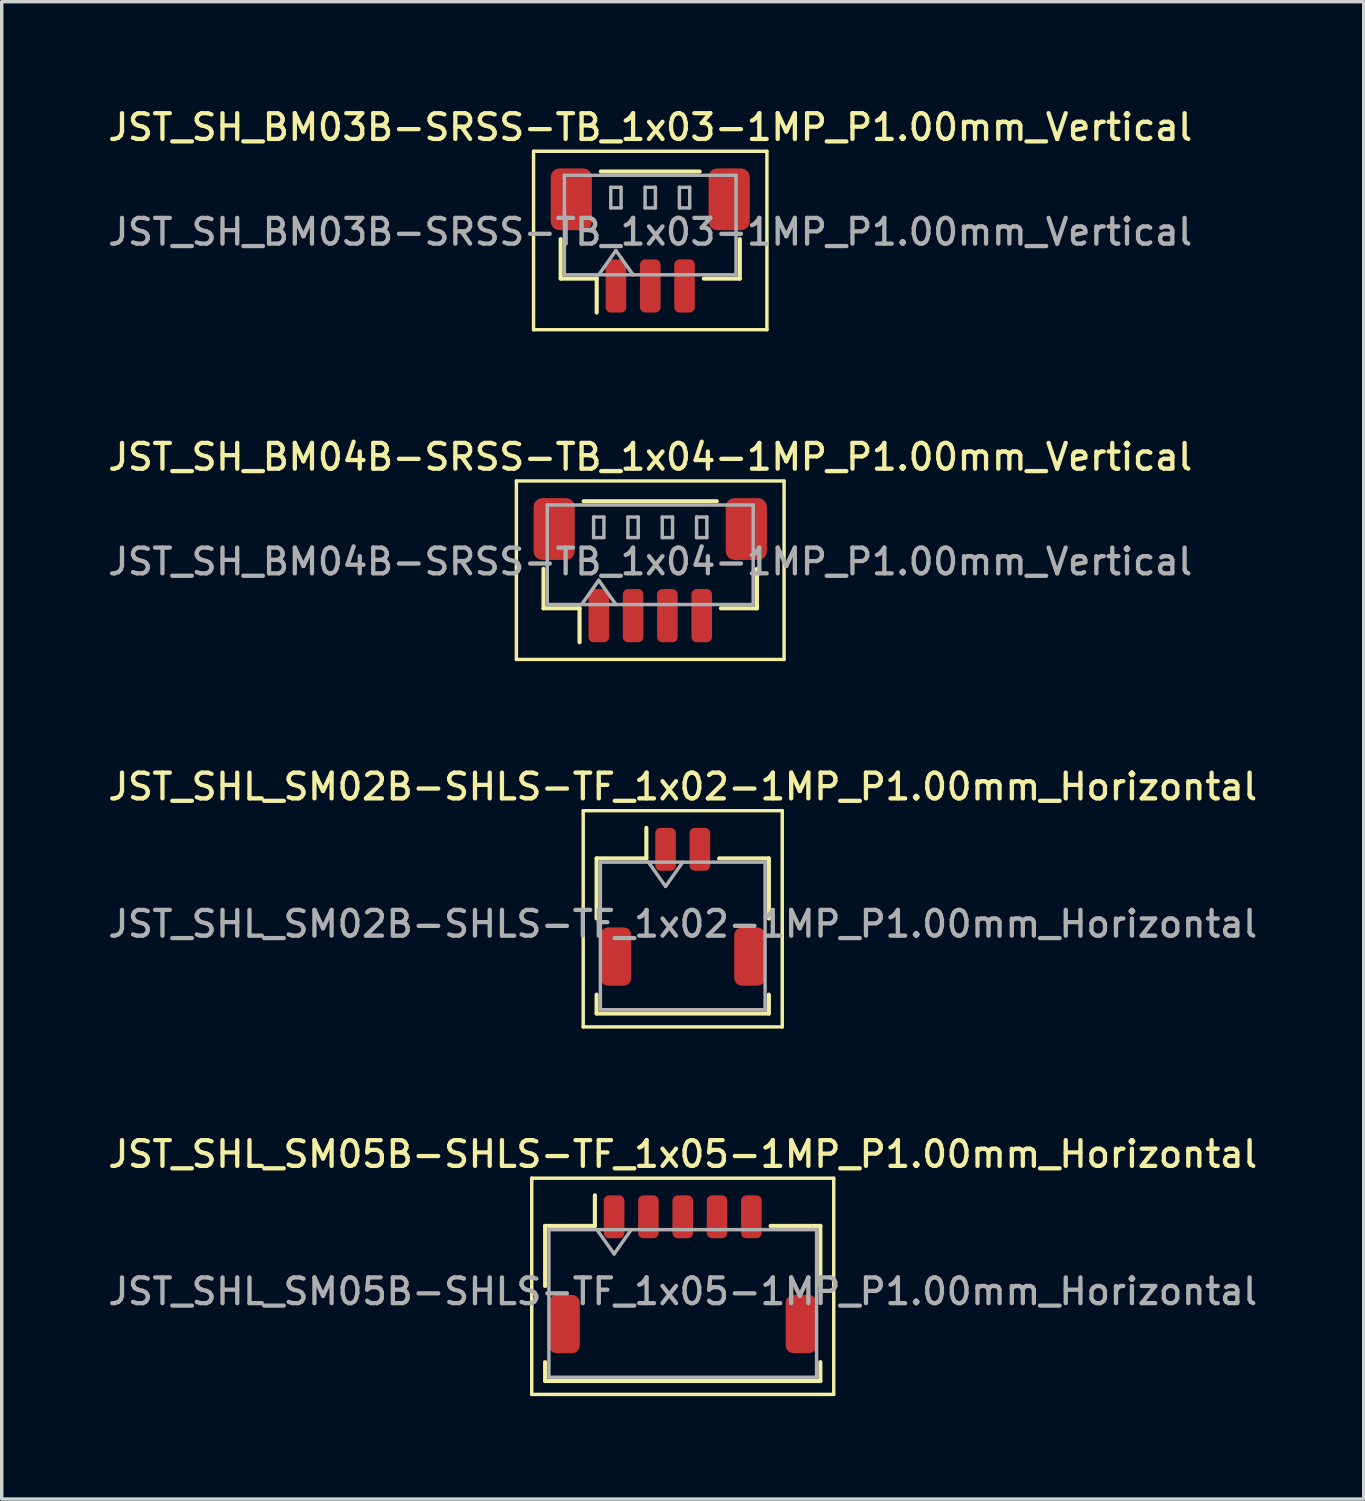
<source format=kicad_pcb>
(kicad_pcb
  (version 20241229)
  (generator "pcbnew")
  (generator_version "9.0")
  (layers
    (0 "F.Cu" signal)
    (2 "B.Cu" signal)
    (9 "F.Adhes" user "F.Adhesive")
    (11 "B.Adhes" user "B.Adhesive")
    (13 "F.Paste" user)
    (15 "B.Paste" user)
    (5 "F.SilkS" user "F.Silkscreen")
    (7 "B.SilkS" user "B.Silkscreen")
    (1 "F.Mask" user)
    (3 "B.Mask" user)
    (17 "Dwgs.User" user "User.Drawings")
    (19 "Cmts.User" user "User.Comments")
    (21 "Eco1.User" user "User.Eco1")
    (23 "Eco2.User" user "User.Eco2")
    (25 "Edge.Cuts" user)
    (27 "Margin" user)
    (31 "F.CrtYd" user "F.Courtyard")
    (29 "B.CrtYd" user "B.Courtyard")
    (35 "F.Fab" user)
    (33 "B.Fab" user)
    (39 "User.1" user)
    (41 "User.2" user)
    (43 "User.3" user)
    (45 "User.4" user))
  (footprint "JST_SH_BM03B-SRSS-TB_1x03-1MP_P1.00mm_Vertical"
    (layer "F.Cu")
    (at 15.898 3.958)
    (property "Reference" "JST_SH_BM03B-SRSS-TB_1x03-1MP_P1.00mm_Vertical" (at 0 -3.3 0) (layer "F.SilkS") (effects (font (size 0.75 0.75) (thickness 0.125))))
    (attr smd)
    (fp_line (start -3.4 -2.6) (end -3.4 2.6) (stroke (width 0.1) (type solid)) (layer "F.SilkS"))
    (fp_line (start -3.4 2.6) (end 3.4 2.6) (stroke (width 0.1) (type solid)) (layer "F.SilkS"))
    (fp_line (start -2.61 -0.04) (end -2.61 1.11) (stroke (width 0.12) (type solid)) (layer "F.SilkS"))
    (fp_line (start -2.61 1.11) (end -1.56 1.11) (stroke (width 0.12) (type solid)) (layer "F.SilkS"))
    (fp_line (start -1.56 1.11) (end -1.56 2.1) (stroke (width 0.12) (type solid)) (layer "F.SilkS"))
    (fp_line (start -1.44 -2.01) (end 1.44 -2.01) (stroke (width 0.12) (type solid)) (layer "F.SilkS"))
    (fp_line (start 2.61 -0.04) (end 2.61 1.11) (stroke (width 0.12) (type solid)) (layer "F.SilkS"))
    (fp_line (start 2.61 1.11) (end 1.56 1.11) (stroke (width 0.12) (type solid)) (layer "F.SilkS"))
    (fp_line (start 3.4 -2.6) (end -3.4 -2.6) (stroke (width 0.1) (type solid)) (layer "F.SilkS"))
    (fp_line (start 3.4 2.6) (end 3.4 -2.6) (stroke (width 0.1) (type solid)) (layer "F.SilkS"))
    (fp_line (start -2.5 -1.9) (end 2.5 -1.9) (stroke (width 0.1) (type solid)) (layer "F.Fab"))
    (fp_line (start -2.5 1) (end -2.5 -1.9) (stroke (width 0.1) (type solid)) (layer "F.Fab"))
    (fp_line (start -2.5 1) (end 2.5 1) (stroke (width 0.1) (type solid)) (layer "F.Fab"))
    (fp_line (start -1.5 1) (end -1 0.293) (stroke (width 0.1) (type solid)) (layer "F.Fab"))
    (fp_line (start -1.15 -1.55) (end -1.15 -0.95) (stroke (width 0.1) (type solid)) (layer "F.Fab"))
    (fp_line (start -1.15 -0.95) (end -0.85 -0.95) (stroke (width 0.1) (type solid)) (layer "F.Fab"))
    (fp_line (start -1 0.293) (end -0.5 1) (stroke (width 0.1) (type solid)) (layer "F.Fab"))
    (fp_line (start -0.85 -1.55) (end -1.15 -1.55) (stroke (width 0.1) (type solid)) (layer "F.Fab"))
    (fp_line (start -0.85 -0.95) (end -0.85 -1.55) (stroke (width 0.1) (type solid)) (layer "F.Fab"))
    (fp_line (start -0.15 -1.55) (end -0.15 -0.95) (stroke (width 0.1) (type solid)) (layer "F.Fab"))
    (fp_line (start -0.15 -0.95) (end 0.15 -0.95) (stroke (width 0.1) (type solid)) (layer "F.Fab"))
    (fp_line (start 0.15 -1.55) (end -0.15 -1.55) (stroke (width 0.1) (type solid)) (layer "F.Fab"))
    (fp_line (start 0.15 -0.95) (end 0.15 -1.55) (stroke (width 0.1) (type solid)) (layer "F.Fab"))
    (fp_line (start 0.85 -1.55) (end 0.85 -0.95) (stroke (width 0.1) (type solid)) (layer "F.Fab"))
    (fp_line (start 0.85 -0.95) (end 1.15 -0.95) (stroke (width 0.1) (type solid)) (layer "F.Fab"))
    (fp_line (start 1.15 -1.55) (end 0.85 -1.55) (stroke (width 0.1) (type solid)) (layer "F.Fab"))
    (fp_line (start 1.15 -0.95) (end 1.15 -1.55) (stroke (width 0.1) (type solid)) (layer "F.Fab"))
    (fp_line (start 2.5 1) (end 2.5 -1.9) (stroke (width 0.1) (type solid)) (layer "F.Fab"))
    (fp_text user "${REFERENCE}" (at 0 -0.25 0) (layer "F.Fab") (effects (font (size 0.75 0.75) (thickness 0.125))))
    (pad "1" smd roundrect (at -1 1.325) (size 0.6 1.55) (layers "F.Cu" "F.Mask" "F.Paste") (roundrect_rratio 0.25))
    (pad "2" smd roundrect (at 0 1.325) (size 0.6 1.55) (layers "F.Cu" "F.Mask" "F.Paste") (roundrect_rratio 0.25))
    (pad "3" smd roundrect (at 1 1.325) (size 0.6 1.55) (layers "F.Cu" "F.Mask" "F.Paste") (roundrect_rratio 0.25))
    (pad "MP" smd roundrect (at -2.3 -1.2) (size 1.2 1.8) (layers "F.Cu" "F.Mask" "F.Paste") (roundrect_rratio 0.208))
    (pad "MP" smd roundrect (at 2.3 -1.2) (size 1.2 1.8) (layers "F.Cu" "F.Mask" "F.Paste") (roundrect_rratio 0.208)))
  (footprint "JST_SHL_SM05B-SHLS-TF_1x05-1MP_P1.00mm_Horizontal"
    (layer "F.Cu")
    (at 16.845 34.083)
    (property "Reference" "JST_SHL_SM05B-SHLS-TF_1x05-1MP_P1.00mm_Horizontal" (at 0 -3.5 0) (layer "F.SilkS") (effects (font (size 0.75 0.75) (thickness 0.125))))
    (attr smd)
    (fp_line (start -4.4 -2.8) (end -4.4 3.5) (stroke (width 0.1) (type solid)) (layer "F.SilkS"))
    (fp_line (start -4.4 3.5) (end 4.4 3.5) (stroke (width 0.1) (type solid)) (layer "F.SilkS"))
    (fp_line (start -4.01 -1.41) (end -2.56 -1.41) (stroke (width 0.12) (type solid)) (layer "F.SilkS"))
    (fp_line (start -4.01 0.34) (end -4.01 -1.41) (stroke (width 0.12) (type solid)) (layer "F.SilkS"))
    (fp_line (start -4.01 2.56) (end -4.01 3.11) (stroke (width 0.12) (type solid)) (layer "F.SilkS"))
    (fp_line (start -4.01 3.11) (end 4.01 3.11) (stroke (width 0.12) (type solid)) (layer "F.SilkS"))
    (fp_line (start -2.56 -1.41) (end -2.56 -2.3) (stroke (width 0.12) (type solid)) (layer "F.SilkS"))
    (fp_line (start 4.01 -1.41) (end 2.56 -1.41) (stroke (width 0.12) (type solid)) (layer "F.SilkS"))
    (fp_line (start 4.01 0.34) (end 4.01 -1.41) (stroke (width 0.12) (type solid)) (layer "F.SilkS"))
    (fp_line (start 4.01 3.11) (end 4.01 2.56) (stroke (width 0.12) (type solid)) (layer "F.SilkS"))
    (fp_line (start 4.4 -2.8) (end -4.4 -2.8) (stroke (width 0.1) (type solid)) (layer "F.SilkS"))
    (fp_line (start 4.4 3.5) (end 4.4 -2.8) (stroke (width 0.1) (type solid)) (layer "F.SilkS"))
    (fp_line (start -3.9 -1.3) (end -3.9 3) (stroke (width 0.1) (type solid)) (layer "F.Fab"))
    (fp_line (start -3.9 -1.3) (end 3.9 -1.3) (stroke (width 0.1) (type solid)) (layer "F.Fab"))
    (fp_line (start -3.9 3) (end 3.9 3) (stroke (width 0.1) (type solid)) (layer "F.Fab"))
    (fp_line (start -2.5 -1.3) (end -2 -0.593) (stroke (width 0.1) (type solid)) (layer "F.Fab"))
    (fp_line (start -2 -0.593) (end -1.5 -1.3) (stroke (width 0.1) (type solid)) (layer "F.Fab"))
    (fp_line (start 3.9 -1.3) (end 3.9 3) (stroke (width 0.1) (type solid)) (layer "F.Fab"))
    (fp_text user "${REFERENCE}" (at 0 0.5 0) (layer "F.Fab") (effects (font (size 0.75 0.75) (thickness 0.125))))
    (pad "1" smd roundrect (at -2 -1.675) (size 0.6 1.25) (layers "F.Cu" "F.Mask" "F.Paste") (roundrect_rratio 0.25))
    (pad "2" smd roundrect (at -1 -1.675) (size 0.6 1.25) (layers "F.Cu" "F.Mask" "F.Paste") (roundrect_rratio 0.25))
    (pad "3" smd roundrect (at 0 -1.675) (size 0.6 1.25) (layers "F.Cu" "F.Mask" "F.Paste") (roundrect_rratio 0.25))
    (pad "4" smd roundrect (at 1 -1.675) (size 0.6 1.25) (layers "F.Cu" "F.Mask" "F.Paste") (roundrect_rratio 0.25))
    (pad "5" smd roundrect (at 2 -1.675) (size 0.6 1.25) (layers "F.Cu" "F.Mask" "F.Paste") (roundrect_rratio 0.25))
    (pad "MP" smd roundrect (at -3.45 1.45) (size 0.9 1.7) (layers "F.Cu" "F.Mask" "F.Paste") (roundrect_rratio 0.25))
    (pad "MP" smd roundrect (at 3.45 1.45) (size 0.9 1.7) (layers "F.Cu" "F.Mask" "F.Paste") (roundrect_rratio 0.25)))
  (footprint "JST_SHL_SM02B-SHLS-TF_1x02-1MP_P1.00mm_Horizontal"
    (layer "F.Cu")
    (at 16.845 23.374)
    (property "Reference" "JST_SHL_SM02B-SHLS-TF_1x02-1MP_P1.00mm_Horizontal" (at 0 -3.5 0) (layer "F.SilkS") (effects (font (size 0.75 0.75) (thickness 0.125))))
    (attr smd)
    (fp_line (start -2.9 -2.8) (end -2.9 3.5) (stroke (width 0.1) (type solid)) (layer "F.SilkS"))
    (fp_line (start -2.9 3.5) (end 2.9 3.5) (stroke (width 0.1) (type solid)) (layer "F.SilkS"))
    (fp_line (start -2.51 -1.41) (end -1.06 -1.41) (stroke (width 0.12) (type solid)) (layer "F.SilkS"))
    (fp_line (start -2.51 0.34) (end -2.51 -1.41) (stroke (width 0.12) (type solid)) (layer "F.SilkS"))
    (fp_line (start -2.51 2.56) (end -2.51 3.11) (stroke (width 0.12) (type solid)) (layer "F.SilkS"))
    (fp_line (start -2.51 3.11) (end 2.51 3.11) (stroke (width 0.12) (type solid)) (layer "F.SilkS"))
    (fp_line (start -1.06 -1.41) (end -1.06 -2.3) (stroke (width 0.12) (type solid)) (layer "F.SilkS"))
    (fp_line (start 2.51 -1.41) (end 1.06 -1.41) (stroke (width 0.12) (type solid)) (layer "F.SilkS"))
    (fp_line (start 2.51 0.34) (end 2.51 -1.41) (stroke (width 0.12) (type solid)) (layer "F.SilkS"))
    (fp_line (start 2.51 3.11) (end 2.51 2.56) (stroke (width 0.12) (type solid)) (layer "F.SilkS"))
    (fp_line (start 2.9 -2.8) (end -2.9 -2.8) (stroke (width 0.1) (type solid)) (layer "F.SilkS"))
    (fp_line (start 2.9 3.5) (end 2.9 -2.8) (stroke (width 0.1) (type solid)) (layer "F.SilkS"))
    (fp_line (start -2.4 -1.3) (end -2.4 3) (stroke (width 0.1) (type solid)) (layer "F.Fab"))
    (fp_line (start -2.4 -1.3) (end 2.4 -1.3) (stroke (width 0.1) (type solid)) (layer "F.Fab"))
    (fp_line (start -2.4 3) (end 2.4 3) (stroke (width 0.1) (type solid)) (layer "F.Fab"))
    (fp_line (start -1 -1.3) (end -0.5 -0.593) (stroke (width 0.1) (type solid)) (layer "F.Fab"))
    (fp_line (start -0.5 -0.593) (end 0 -1.3) (stroke (width 0.1) (type solid)) (layer "F.Fab"))
    (fp_line (start 2.4 -1.3) (end 2.4 3) (stroke (width 0.1) (type solid)) (layer "F.Fab"))
    (fp_text user "${REFERENCE}" (at 0 0.5 0) (layer "F.Fab") (effects (font (size 0.75 0.75) (thickness 0.125))))
    (pad "1" smd roundrect (at -0.5 -1.675) (size 0.6 1.25) (layers "F.Cu" "F.Mask" "F.Paste") (roundrect_rratio 0.25))
    (pad "2" smd roundrect (at 0.5 -1.675) (size 0.6 1.25) (layers "F.Cu" "F.Mask" "F.Paste") (roundrect_rratio 0.25))
    (pad "MP" smd roundrect (at -1.95 1.45) (size 0.9 1.7) (layers "F.Cu" "F.Mask" "F.Paste") (roundrect_rratio 0.25))
    (pad "MP" smd roundrect (at 1.95 1.45) (size 0.9 1.7) (layers "F.Cu" "F.Mask" "F.Paste") (roundrect_rratio 0.25)))
  (footprint "JST_SH_BM04B-SRSS-TB_1x04-1MP_P1.00mm_Vertical"
    (layer "F.Cu")
    (at 15.898 13.566)
    (property "Reference" "JST_SH_BM04B-SRSS-TB_1x04-1MP_P1.00mm_Vertical" (at 0 -3.3 0) (layer "F.SilkS") (effects (font (size 0.75 0.75) (thickness 0.125))))
    (attr smd)
    (fp_line (start -3.9 -2.6) (end -3.9 2.6) (stroke (width 0.1) (type solid)) (layer "F.SilkS"))
    (fp_line (start -3.9 2.6) (end 3.9 2.6) (stroke (width 0.1) (type solid)) (layer "F.SilkS"))
    (fp_line (start -3.11 -0.04) (end -3.11 1.11) (stroke (width 0.12) (type solid)) (layer "F.SilkS"))
    (fp_line (start -3.11 1.11) (end -2.06 1.11) (stroke (width 0.12) (type solid)) (layer "F.SilkS"))
    (fp_line (start -2.06 1.11) (end -2.06 2.1) (stroke (width 0.12) (type solid)) (layer "F.SilkS"))
    (fp_line (start -1.94 -2.01) (end 1.94 -2.01) (stroke (width 0.12) (type solid)) (layer "F.SilkS"))
    (fp_line (start 3.11 -0.04) (end 3.11 1.11) (stroke (width 0.12) (type solid)) (layer "F.SilkS"))
    (fp_line (start 3.11 1.11) (end 2.06 1.11) (stroke (width 0.12) (type solid)) (layer "F.SilkS"))
    (fp_line (start 3.9 -2.6) (end -3.9 -2.6) (stroke (width 0.1) (type solid)) (layer "F.SilkS"))
    (fp_line (start 3.9 2.6) (end 3.9 -2.6) (stroke (width 0.1) (type solid)) (layer "F.SilkS"))
    (fp_line (start -3 -1.9) (end 3 -1.9) (stroke (width 0.1) (type solid)) (layer "F.Fab"))
    (fp_line (start -3 1) (end -3 -1.9) (stroke (width 0.1) (type solid)) (layer "F.Fab"))
    (fp_line (start -3 1) (end 3 1) (stroke (width 0.1) (type solid)) (layer "F.Fab"))
    (fp_line (start -2 1) (end -1.5 0.293) (stroke (width 0.1) (type solid)) (layer "F.Fab"))
    (fp_line (start -1.65 -1.55) (end -1.65 -0.95) (stroke (width 0.1) (type solid)) (layer "F.Fab"))
    (fp_line (start -1.65 -0.95) (end -1.35 -0.95) (stroke (width 0.1) (type solid)) (layer "F.Fab"))
    (fp_line (start -1.5 0.293) (end -1 1) (stroke (width 0.1) (type solid)) (layer "F.Fab"))
    (fp_line (start -1.35 -1.55) (end -1.65 -1.55) (stroke (width 0.1) (type solid)) (layer "F.Fab"))
    (fp_line (start -1.35 -0.95) (end -1.35 -1.55) (stroke (width 0.1) (type solid)) (layer "F.Fab"))
    (fp_line (start -0.65 -1.55) (end -0.65 -0.95) (stroke (width 0.1) (type solid)) (layer "F.Fab"))
    (fp_line (start -0.65 -0.95) (end -0.35 -0.95) (stroke (width 0.1) (type solid)) (layer "F.Fab"))
    (fp_line (start -0.35 -1.55) (end -0.65 -1.55) (stroke (width 0.1) (type solid)) (layer "F.Fab"))
    (fp_line (start -0.35 -0.95) (end -0.35 -1.55) (stroke (width 0.1) (type solid)) (layer "F.Fab"))
    (fp_line (start 0.35 -1.55) (end 0.35 -0.95) (stroke (width 0.1) (type solid)) (layer "F.Fab"))
    (fp_line (start 0.35 -0.95) (end 0.65 -0.95) (stroke (width 0.1) (type solid)) (layer "F.Fab"))
    (fp_line (start 0.65 -1.55) (end 0.35 -1.55) (stroke (width 0.1) (type solid)) (layer "F.Fab"))
    (fp_line (start 0.65 -0.95) (end 0.65 -1.55) (stroke (width 0.1) (type solid)) (layer "F.Fab"))
    (fp_line (start 1.35 -1.55) (end 1.35 -0.95) (stroke (width 0.1) (type solid)) (layer "F.Fab"))
    (fp_line (start 1.35 -0.95) (end 1.65 -0.95) (stroke (width 0.1) (type solid)) (layer "F.Fab"))
    (fp_line (start 1.65 -1.55) (end 1.35 -1.55) (stroke (width 0.1) (type solid)) (layer "F.Fab"))
    (fp_line (start 1.65 -0.95) (end 1.65 -1.55) (stroke (width 0.1) (type solid)) (layer "F.Fab"))
    (fp_line (start 3 1) (end 3 -1.9) (stroke (width 0.1) (type solid)) (layer "F.Fab"))
    (fp_text user "${REFERENCE}" (at 0 -0.25 0) (layer "F.Fab") (effects (font (size 0.75 0.75) (thickness 0.125))))
    (pad "1" smd roundrect (at -1.5 1.325) (size 0.6 1.55) (layers "F.Cu" "F.Mask" "F.Paste") (roundrect_rratio 0.25))
    (pad "2" smd roundrect (at -0.5 1.325) (size 0.6 1.55) (layers "F.Cu" "F.Mask" "F.Paste") (roundrect_rratio 0.25))
    (pad "3" smd roundrect (at 0.5 1.325) (size 0.6 1.55) (layers "F.Cu" "F.Mask" "F.Paste") (roundrect_rratio 0.25))
    (pad "4" smd roundrect (at 1.5 1.325) (size 0.6 1.55) (layers "F.Cu" "F.Mask" "F.Paste") (roundrect_rratio 0.25))
    (pad "MP" smd roundrect (at -2.8 -1.2) (size 1.2 1.8) (layers "F.Cu" "F.Mask" "F.Paste") (roundrect_rratio 0.208))
    (pad "MP" smd roundrect (at 2.8 -1.2) (size 1.2 1.8) (layers "F.Cu" "F.Mask" "F.Paste") (roundrect_rratio 0.208)))
  (gr_rect
    (start -3 -3)
    (end 36.689 40.633)
    (stroke (width 0.1) (type default))
    (fill no)
    (layer "Edge.Cuts")))
</source>
